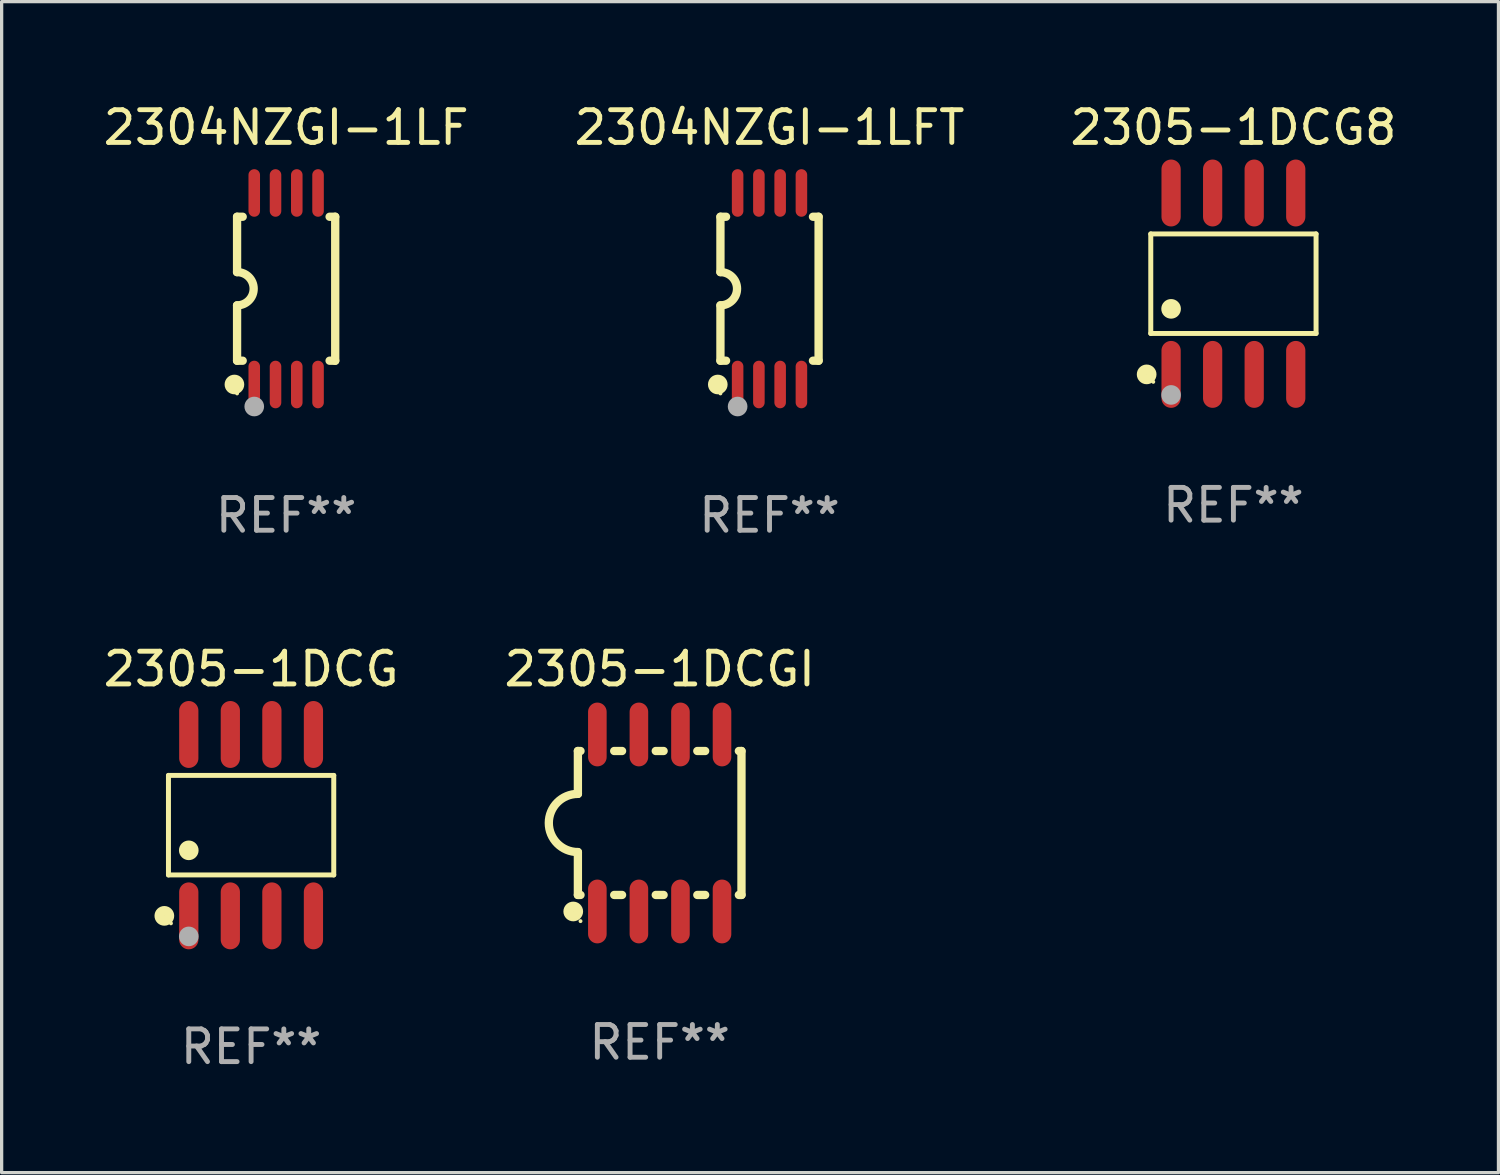
<source format=kicad_pcb>
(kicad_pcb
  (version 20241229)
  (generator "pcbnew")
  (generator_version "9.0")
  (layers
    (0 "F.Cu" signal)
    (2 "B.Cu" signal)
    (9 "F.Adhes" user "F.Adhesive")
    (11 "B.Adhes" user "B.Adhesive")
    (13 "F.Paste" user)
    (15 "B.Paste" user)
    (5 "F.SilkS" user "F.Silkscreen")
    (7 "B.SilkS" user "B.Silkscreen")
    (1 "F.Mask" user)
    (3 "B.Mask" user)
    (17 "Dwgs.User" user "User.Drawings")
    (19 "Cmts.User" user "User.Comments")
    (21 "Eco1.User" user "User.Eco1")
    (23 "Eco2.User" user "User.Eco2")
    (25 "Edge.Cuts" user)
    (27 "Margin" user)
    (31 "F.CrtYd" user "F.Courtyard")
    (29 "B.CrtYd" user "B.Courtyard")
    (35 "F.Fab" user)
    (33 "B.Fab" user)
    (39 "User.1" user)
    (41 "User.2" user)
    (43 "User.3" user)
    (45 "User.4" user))
  (footprint "2305-1DCGI"
    (layer "F.Cu")
    (at 17.113 22.104)
    (property "Reference" "2305-1DCGI" (at 0 -4.705 0) (layer "F.SilkS") (effects (font (size 1 1) (thickness 0.15))))
    (attr through_hole)
    (fp_line (start -2.5 -2.2) (end -2.5 -0.889) (stroke (width 0.254) (type solid)) (layer "F.SilkS"))
    (fp_line (start -2.5 2.2) (end -2.5 0.889) (stroke (width 0.254) (type solid)) (layer "F.SilkS"))
    (fp_line (start -2.42 -2.2) (end -2.5 -2.2) (stroke (width 0.254) (type solid)) (layer "F.SilkS"))
    (fp_line (start -2.42 2.2) (end -2.5 2.2) (stroke (width 0.254) (type solid)) (layer "F.SilkS"))
    (fp_line (start -1.15 -2.2) (end -1.39 -2.2) (stroke (width 0.254) (type solid)) (layer "F.SilkS"))
    (fp_line (start -1.15 2.2) (end -1.39 2.2) (stroke (width 0.254) (type solid)) (layer "F.SilkS"))
    (fp_line (start 0.12 -2.2) (end -0.12 -2.2) (stroke (width 0.254) (type solid)) (layer "F.SilkS"))
    (fp_line (start 0.12 2.2) (end -0.12 2.2) (stroke (width 0.254) (type solid)) (layer "F.SilkS"))
    (fp_line (start 1.39 -2.2) (end 1.15 -2.2) (stroke (width 0.254) (type solid)) (layer "F.SilkS"))
    (fp_line (start 1.39 2.2) (end 1.15 2.2) (stroke (width 0.254) (type solid)) (layer "F.SilkS"))
    (fp_line (start 2.5 -2.2) (end 2.42 -2.2) (stroke (width 0.254) (type solid)) (layer "F.SilkS"))
    (fp_line (start 2.5 -2.2) (end 2.5 2.2) (stroke (width 0.254) (type solid)) (layer "F.SilkS"))
    (fp_line (start 2.5 2.2) (end 2.42 2.2) (stroke (width 0.254) (type solid)) (layer "F.SilkS"))
    (fp_arc (start -2.5 0.889002) (mid -3.388367 -0.000318) (end -2.499365 -0.889002) (stroke (width 0.254001) (type solid)) (layer "F.SilkS"))
    (fp_circle (center -2.642 2.705) (end -2.491 2.705) (stroke (width 0.3) (type solid)) (fill no) (layer "F.SilkS"))
    (fp_circle (center -2.42 3) (end -2.39 3) (stroke (width 0.06) (type solid)) (fill no) (layer "F.SilkS"))
    (fp_text user "REF**" (at 0 6.705 0) (layer "F.Fab") (effects (font (size 1 1) (thickness 0.15))))
    (pad "1" smd oval (at -1.905 2.705) (size 0.568 1.95) (layers "F.Cu" "F.Mask" "F.Paste"))
    (pad "2" smd oval (at -0.635 2.705) (size 0.568 1.95) (layers "F.Cu" "F.Mask" "F.Paste"))
    (pad "3" smd oval (at 0.635 2.705) (size 0.568 1.95) (layers "F.Cu" "F.Mask" "F.Paste"))
    (pad "4" smd oval (at 1.905 2.705) (size 0.568 1.95) (layers "F.Cu" "F.Mask" "F.Paste"))
    (pad "5" smd oval (at 1.905 -2.705) (size 0.568 1.95) (layers "F.Cu" "F.Mask" "F.Paste"))
    (pad "6" smd oval (at 0.635 -2.705) (size 0.568 1.95) (layers "F.Cu" "F.Mask" "F.Paste"))
    (pad "7" smd oval (at -0.635 -2.705) (size 0.568 1.95) (layers "F.Cu" "F.Mask" "F.Paste"))
    (pad "8" smd oval (at -1.905 -2.705) (size 0.568 1.95) (layers "F.Cu" "F.Mask" "F.Paste")))
  (footprint "2305-1DCG8"
    (layer "F.Cu")
    (at 34.649 5.621)
    (property "Reference" "2305-1DCG8" (at 0 -4.772 0) (layer "F.SilkS") (effects (font (size 1 1) (thickness 0.15))))
    (attr through_hole)
    (fp_line (start -2.526 -1.521) (end 2.526 -1.521) (stroke (width 0.152) (type solid)) (layer "F.SilkS"))
    (fp_line (start -2.526 1.521) (end -2.526 -1.521) (stroke (width 0.152) (type solid)) (layer "F.SilkS"))
    (fp_line (start 2.526 -1.521) (end 2.526 1.521) (stroke (width 0.152) (type solid)) (layer "F.SilkS"))
    (fp_line (start 2.526 1.521) (end -2.526 1.521) (stroke (width 0.152) (type solid)) (layer "F.SilkS"))
    (fp_circle (center -2.652 2.772) (end -2.501 2.772) (stroke (width 0.3) (type solid)) (fill no) (layer "F.SilkS"))
    (fp_circle (center -2.45 3) (end -2.42 3) (stroke (width 0.06) (type solid)) (fill no) (layer "F.SilkS"))
    (fp_circle (center -1.905 0.769) (end -1.755 0.769) (stroke (width 0.3) (type solid)) (fill no) (layer "F.SilkS"))
    (fp_circle (center -1.905 3.4) (end -1.755 3.4) (stroke (width 0.3) (type solid)) (fill no) (layer "F.Fab"))
    (fp_text user "REF**" (at 0 6.772 0) (layer "F.Fab") (effects (font (size 1 1) (thickness 0.15))))
    (pad "1" smd oval (at -1.905 2.772) (size 0.588 2.045) (layers "F.Cu" "F.Mask" "F.Paste"))
    (pad "2" smd oval (at -0.635 2.772) (size 0.588 2.045) (layers "F.Cu" "F.Mask" "F.Paste"))
    (pad "3" smd oval (at 0.635 2.772) (size 0.588 2.045) (layers "F.Cu" "F.Mask" "F.Paste"))
    (pad "4" smd oval (at 1.905 2.772) (size 0.588 2.045) (layers "F.Cu" "F.Mask" "F.Paste"))
    (pad "5" smd oval (at 1.905 -2.772) (size 0.588 2.045) (layers "F.Cu" "F.Mask" "F.Paste"))
    (pad "6" smd oval (at 0.635 -2.772) (size 0.588 2.045) (layers "F.Cu" "F.Mask" "F.Paste"))
    (pad "7" smd oval (at -0.635 -2.772) (size 0.588 2.045) (layers "F.Cu" "F.Mask" "F.Paste"))
    (pad "8" smd oval (at -1.905 -2.772) (size 0.588 2.045) (layers "F.Cu" "F.Mask" "F.Paste")))
  (footprint "2304NZGI-1LFT"
    (layer "F.Cu")
    (at 20.47 5.775)
    (property "Reference" "2304NZGI-1LFT" (at 0 -4.927 0) (layer "F.SilkS") (effects (font (size 1 1) (thickness 0.15))))
    (attr through_hole)
    (fp_line (start -1.5 -2.2) (end -1.5 -0.508) (stroke (width 0.254) (type solid)) (layer "F.SilkS"))
    (fp_line (start -1.5 -2.2) (end -1.328 -2.2) (stroke (width 0.254) (type solid)) (layer "F.SilkS"))
    (fp_line (start -1.5 2.2) (end -1.5 0.508) (stroke (width 0.254) (type solid)) (layer "F.SilkS"))
    (fp_line (start -1.5 2.2) (end -1.328 2.2) (stroke (width 0.254) (type solid)) (layer "F.SilkS"))
    (fp_line (start 1.328 -2.2) (end 1.5 -2.2) (stroke (width 0.254) (type solid)) (layer "F.SilkS"))
    (fp_line (start 1.328 2.2) (end 1.5 2.2) (stroke (width 0.254) (type solid)) (layer "F.SilkS"))
    (fp_line (start 1.5 -2.2) (end 1.5 2.2) (stroke (width 0.254) (type solid)) (layer "F.SilkS"))
    (fp_arc (start -1.501144 -0.508) (mid -0.993143 -0.000571) (end -1.5 0.508001) (stroke (width 0.254001) (type solid)) (layer "F.SilkS"))
    (fp_circle (center -1.581 2.927) (end -1.431 2.927) (stroke (width 0.3) (type solid)) (fill no) (layer "F.SilkS"))
    (fp_circle (center -1.5 3.2) (end -1.47 3.2) (stroke (width 0.06) (type solid)) (fill no) (layer "F.SilkS"))
    (fp_circle (center -0.975 3.6) (end -0.825 3.6) (stroke (width 0.3) (type solid)) (fill no) (layer "F.Fab"))
    (fp_text user "REF**" (at 0 6.927 0) (layer "F.Fab") (effects (font (size 1 1) (thickness 0.15))))
    (pad "1" smd oval (at -0.975 2.927) (size 0.353 1.454) (layers "F.Cu" "F.Mask" "F.Paste"))
    (pad "2" smd oval (at -0.325 2.927) (size 0.353 1.454) (layers "F.Cu" "F.Mask" "F.Paste"))
    (pad "3" smd oval (at 0.325 2.927) (size 0.353 1.454) (layers "F.Cu" "F.Mask" "F.Paste"))
    (pad "4" smd oval (at 0.975 2.927) (size 0.353 1.454) (layers "F.Cu" "F.Mask" "F.Paste"))
    (pad "5" smd oval (at 0.975 -2.927) (size 0.353 1.454) (layers "F.Cu" "F.Mask" "F.Paste"))
    (pad "6" smd oval (at 0.325 -2.927) (size 0.353 1.454) (layers "F.Cu" "F.Mask" "F.Paste"))
    (pad "7" smd oval (at -0.325 -2.927) (size 0.353 1.454) (layers "F.Cu" "F.Mask" "F.Paste"))
    (pad "8" smd oval (at -0.975 -2.927) (size 0.353 1.454) (layers "F.Cu" "F.Mask" "F.Paste")))
  (footprint "2305-1DCG"
    (layer "F.Cu")
    (at 4.625 22.171)
    (property "Reference" "2305-1DCG" (at 0 -4.772 0) (layer "F.SilkS") (effects (font (size 1 1) (thickness 0.15))))
    (attr through_hole)
    (fp_line (start -2.526 -1.521) (end 2.526 -1.521) (stroke (width 0.152) (type solid)) (layer "F.SilkS"))
    (fp_line (start -2.526 1.521) (end -2.526 -1.521) (stroke (width 0.152) (type solid)) (layer "F.SilkS"))
    (fp_line (start 2.526 -1.521) (end 2.526 1.521) (stroke (width 0.152) (type solid)) (layer "F.SilkS"))
    (fp_line (start 2.526 1.521) (end -2.526 1.521) (stroke (width 0.152) (type solid)) (layer "F.SilkS"))
    (fp_circle (center -2.652 2.772) (end -2.501 2.772) (stroke (width 0.3) (type solid)) (fill no) (layer "F.SilkS"))
    (fp_circle (center -2.45 3) (end -2.42 3) (stroke (width 0.06) (type solid)) (fill no) (layer "F.SilkS"))
    (fp_circle (center -1.905 0.769) (end -1.755 0.769) (stroke (width 0.3) (type solid)) (fill no) (layer "F.SilkS"))
    (fp_circle (center -1.905 3.4) (end -1.755 3.4) (stroke (width 0.3) (type solid)) (fill no) (layer "F.Fab"))
    (fp_text user "REF**" (at 0 6.772 0) (layer "F.Fab") (effects (font (size 1 1) (thickness 0.15))))
    (pad "1" smd oval (at -1.905 2.772) (size 0.588 2.045) (layers "F.Cu" "F.Mask" "F.Paste"))
    (pad "2" smd oval (at -0.635 2.772) (size 0.588 2.045) (layers "F.Cu" "F.Mask" "F.Paste"))
    (pad "3" smd oval (at 0.635 2.772) (size 0.588 2.045) (layers "F.Cu" "F.Mask" "F.Paste"))
    (pad "4" smd oval (at 1.905 2.772) (size 0.588 2.045) (layers "F.Cu" "F.Mask" "F.Paste"))
    (pad "5" smd oval (at 1.905 -2.772) (size 0.588 2.045) (layers "F.Cu" "F.Mask" "F.Paste"))
    (pad "6" smd oval (at 0.635 -2.772) (size 0.588 2.045) (layers "F.Cu" "F.Mask" "F.Paste"))
    (pad "7" smd oval (at -0.635 -2.772) (size 0.588 2.045) (layers "F.Cu" "F.Mask" "F.Paste"))
    (pad "8" smd oval (at -1.905 -2.772) (size 0.588 2.045) (layers "F.Cu" "F.Mask" "F.Paste")))
  (footprint "2304NZGI-1LF"
    (layer "F.Cu")
    (at 5.696 5.775)
    (property "Reference" "2304NZGI-1LF" (at 0 -4.927 0) (layer "F.SilkS") (effects (font (size 1 1) (thickness 0.15))))
    (attr through_hole)
    (fp_line (start -1.5 -2.2) (end -1.5 -0.508) (stroke (width 0.254) (type solid)) (layer "F.SilkS"))
    (fp_line (start -1.5 -2.2) (end -1.328 -2.2) (stroke (width 0.254) (type solid)) (layer "F.SilkS"))
    (fp_line (start -1.5 2.2) (end -1.5 0.508) (stroke (width 0.254) (type solid)) (layer "F.SilkS"))
    (fp_line (start -1.5 2.2) (end -1.328 2.2) (stroke (width 0.254) (type solid)) (layer "F.SilkS"))
    (fp_line (start 1.328 -2.2) (end 1.5 -2.2) (stroke (width 0.254) (type solid)) (layer "F.SilkS"))
    (fp_line (start 1.328 2.2) (end 1.5 2.2) (stroke (width 0.254) (type solid)) (layer "F.SilkS"))
    (fp_line (start 1.5 -2.2) (end 1.5 2.2) (stroke (width 0.254) (type solid)) (layer "F.SilkS"))
    (fp_arc (start -1.501144 -0.508) (mid -0.993143 -0.000571) (end -1.5 0.508001) (stroke (width 0.254001) (type solid)) (layer "F.SilkS"))
    (fp_circle (center -1.581 2.927) (end -1.431 2.927) (stroke (width 0.3) (type solid)) (fill no) (layer "F.SilkS"))
    (fp_circle (center -1.5 3.2) (end -1.47 3.2) (stroke (width 0.06) (type solid)) (fill no) (layer "F.SilkS"))
    (fp_circle (center -0.975 3.6) (end -0.825 3.6) (stroke (width 0.3) (type solid)) (fill no) (layer "F.Fab"))
    (fp_text user "REF**" (at 0 6.927 0) (layer "F.Fab") (effects (font (size 1 1) (thickness 0.15))))
    (pad "1" smd oval (at -0.975 2.927) (size 0.353 1.454) (layers "F.Cu" "F.Mask" "F.Paste"))
    (pad "2" smd oval (at -0.325 2.927) (size 0.353 1.454) (layers "F.Cu" "F.Mask" "F.Paste"))
    (pad "3" smd oval (at 0.325 2.927) (size 0.353 1.454) (layers "F.Cu" "F.Mask" "F.Paste"))
    (pad "4" smd oval (at 0.975 2.927) (size 0.353 1.454) (layers "F.Cu" "F.Mask" "F.Paste"))
    (pad "5" smd oval (at 0.975 -2.927) (size 0.353 1.454) (layers "F.Cu" "F.Mask" "F.Paste"))
    (pad "6" smd oval (at 0.325 -2.927) (size 0.353 1.454) (layers "F.Cu" "F.Mask" "F.Paste"))
    (pad "7" smd oval (at -0.325 -2.927) (size 0.353 1.454) (layers "F.Cu" "F.Mask" "F.Paste"))
    (pad "8" smd oval (at -0.975 -2.927) (size 0.353 1.454) (layers "F.Cu" "F.Mask" "F.Paste")))
  (gr_rect
    (start -3 -3)
    (end 42.75 32.792)
    (stroke (width 0.1) (type default))
    (fill no)
    (layer "Edge.Cuts")))
</source>
